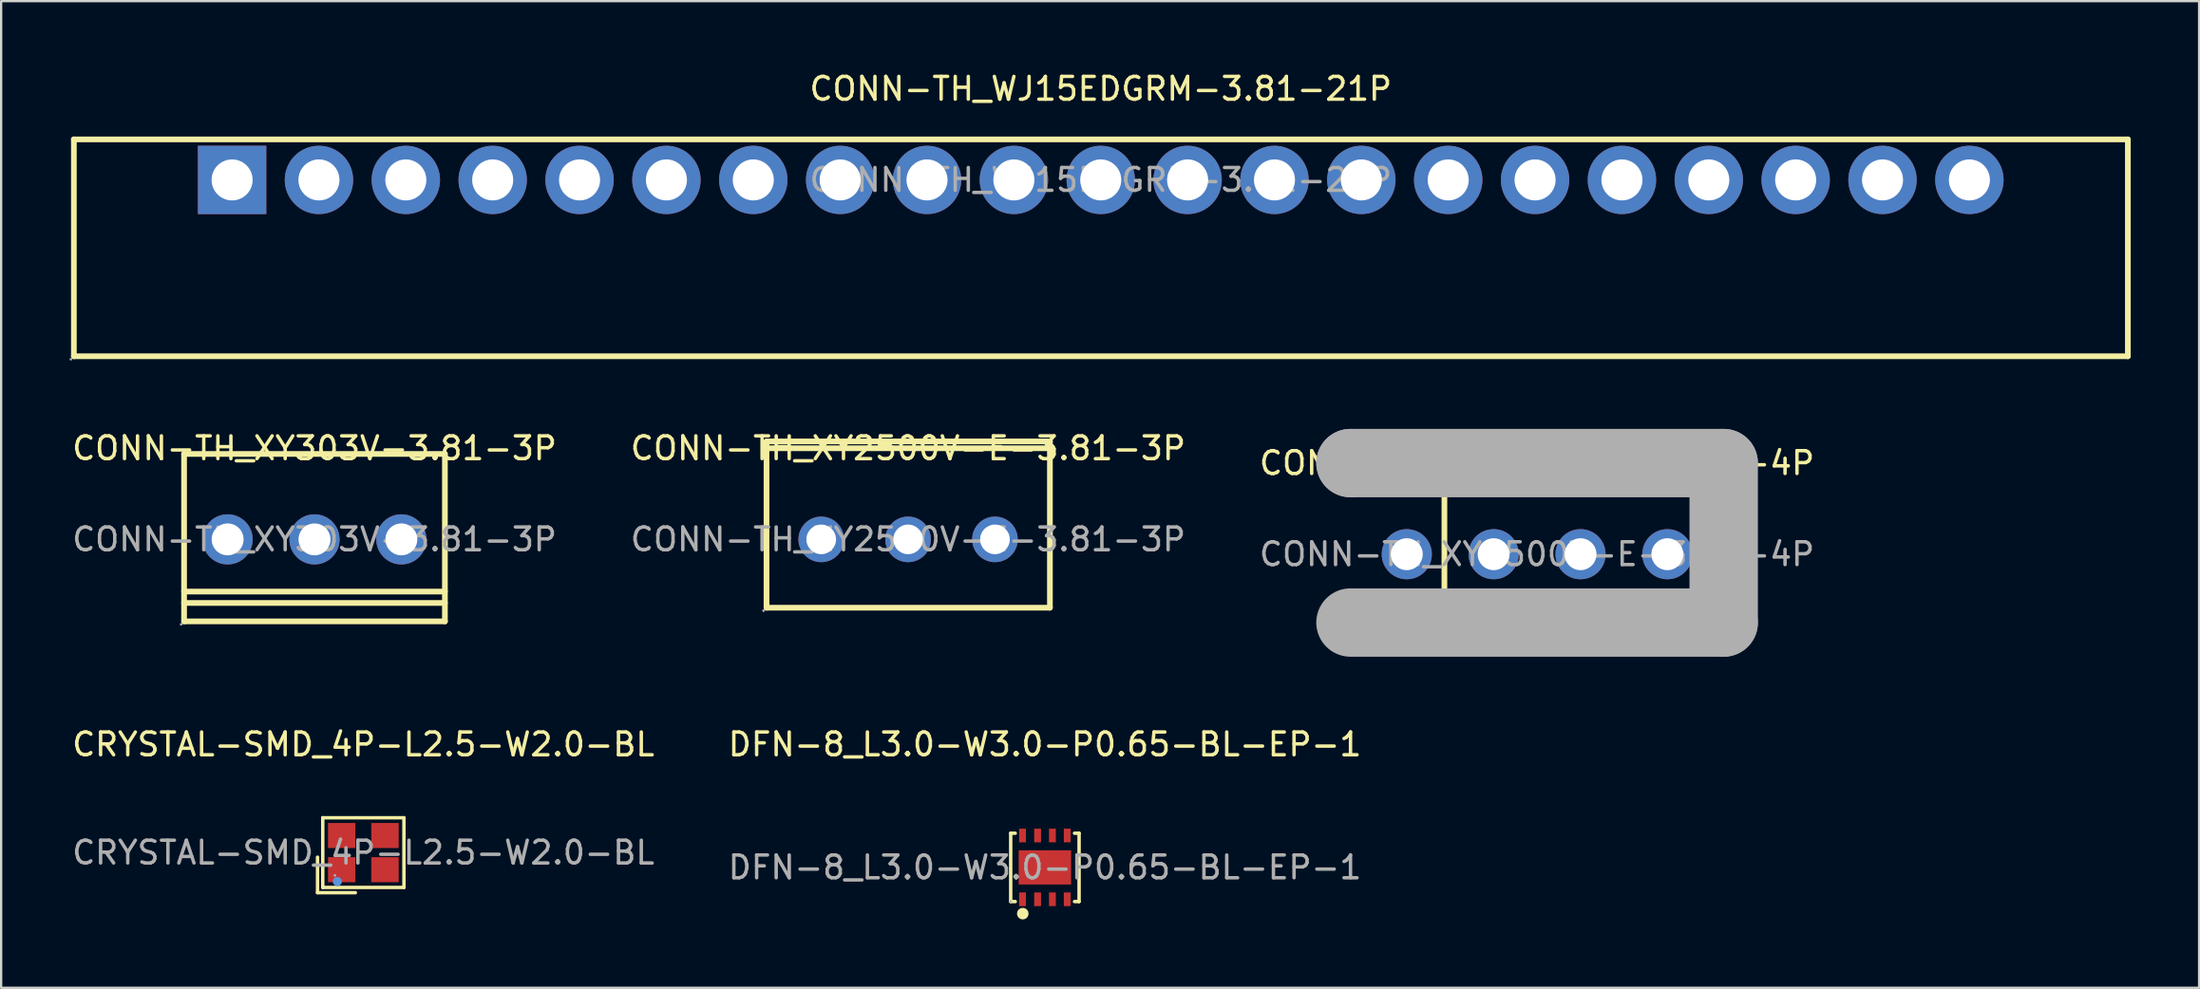
<source format=kicad_pcb>
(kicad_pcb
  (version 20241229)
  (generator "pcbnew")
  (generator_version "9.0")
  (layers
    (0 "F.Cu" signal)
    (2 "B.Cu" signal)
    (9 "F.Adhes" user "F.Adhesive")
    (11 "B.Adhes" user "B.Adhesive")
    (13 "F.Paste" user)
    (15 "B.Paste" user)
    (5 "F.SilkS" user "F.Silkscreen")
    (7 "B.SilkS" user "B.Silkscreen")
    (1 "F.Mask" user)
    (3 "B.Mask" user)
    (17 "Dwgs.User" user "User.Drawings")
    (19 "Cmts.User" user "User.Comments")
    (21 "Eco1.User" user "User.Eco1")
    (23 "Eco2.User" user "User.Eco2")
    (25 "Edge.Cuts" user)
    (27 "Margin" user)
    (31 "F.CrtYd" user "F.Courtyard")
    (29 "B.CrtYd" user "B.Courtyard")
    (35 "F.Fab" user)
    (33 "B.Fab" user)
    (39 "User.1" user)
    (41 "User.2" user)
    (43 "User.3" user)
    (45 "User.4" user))
  (footprint "DFN-8_L3.0-W3.0-P0.65-BL-EP-1"
    (layer "F.Cu")
    (at 42.78 35.026)
    (property "Reference" "DFN-8_L3.0-W3.0-P0.65-BL-EP-1" (at 0 -5.4 0) (layer "F.SilkS") (effects (font (size 1 1) (thickness 0.15))))
    (attr smd)
    (fp_line (start -1.5 -1.5) (end -1.5 1.5) (stroke (width 0.15) (type solid)) (layer "F.SilkS"))
    (fp_line (start -1.5 -1.5) (end -1.3 -1.5) (stroke (width 0.15) (type solid)) (layer "F.SilkS"))
    (fp_line (start -1.5 1.5) (end -1.3 1.5) (stroke (width 0.15) (type solid)) (layer "F.SilkS"))
    (fp_line (start 1.3 -1.5) (end 1.5 -1.5) (stroke (width 0.15) (type solid)) (layer "F.SilkS"))
    (fp_line (start 1.3 1.5) (end 1.5 1.5) (stroke (width 0.15) (type solid)) (layer "F.SilkS"))
    (fp_line (start 1.5 -1.5) (end 1.5 1.5) (stroke (width 0.15) (type solid)) (layer "F.SilkS"))
    (fp_circle (center -0.97 2.03) (end -0.84 2.03) (stroke (width 0.25) (type solid)) (fill no) (layer "F.SilkS"))
    (fp_circle (center -1.5 1.5) (end -1.47 1.5) (stroke (width 0.06) (type solid)) (fill no) (layer "F.Fab"))
    (fp_text user "${REFERENCE}" (at 0 0 0) (layer "F.Fab") (effects (font (size 1 1) (thickness 0.15))))
    (pad "1" smd rect (at -0.98 1.4) (size 0.3 0.6) (layers "F.Cu" "F.Mask" "F.Paste"))
    (pad "2" smd rect (at -0.32 1.4) (size 0.3 0.6) (layers "F.Cu" "F.Mask" "F.Paste"))
    (pad "3" smd rect (at 0.33 1.4) (size 0.3 0.6) (layers "F.Cu" "F.Mask" "F.Paste"))
    (pad "4" smd rect (at 0.98 1.4) (size 0.3 0.6) (layers "F.Cu" "F.Mask" "F.Paste"))
    (pad "5" smd rect (at 0.98 -1.4) (size 0.3 0.6) (layers "F.Cu" "F.Mask" "F.Paste"))
    (pad "6" smd rect (at 0.33 -1.4) (size 0.3 0.6) (layers "F.Cu" "F.Mask" "F.Paste"))
    (pad "7" smd rect (at -0.32 -1.4) (size 0.3 0.6) (layers "F.Cu" "F.Mask" "F.Paste"))
    (pad "8" smd rect (at -0.98 -1.4) (size 0.3 0.6) (layers "F.Cu" "F.Mask" "F.Paste"))
    (pad "9" smd rect (at 0 0) (size 2.3 1.5) (layers "F.Cu" "F.Mask" "F.Paste")))
  (footprint "CONN-TH_XY303V-3.81-3P"
    (layer "F.Cu")
    (at 10.744 20.627)
    (property "Reference" "CONN-TH_XY303V-3.81-3P" (at 0 -4 0) (layer "F.SilkS") (effects (font (size 1 1) (thickness 0.15))))
    (attr smd)
    (fp_line (start -5.72 -3.75) (end -5.72 3.6) (stroke (width 0.25) (type solid)) (layer "F.SilkS"))
    (fp_line (start -5.72 -3.75) (end 5.72 -3.75) (stroke (width 0.25) (type solid)) (layer "F.SilkS"))
    (fp_line (start -5.72 2.29) (end 5.72 2.29) (stroke (width 0.25) (type solid)) (layer "F.SilkS"))
    (fp_line (start -5.72 2.79) (end 5.72 2.79) (stroke (width 0.25) (type solid)) (layer "F.SilkS"))
    (fp_line (start -5.72 3.6) (end 5.72 3.6) (stroke (width 0.25) (type solid)) (layer "F.SilkS"))
    (fp_line (start 5.72 -3.75) (end 5.72 3.6) (stroke (width 0.25) (type solid)) (layer "F.SilkS"))
    (fp_circle (center -5.85 3.73) (end -5.82 3.73) (stroke (width 0.06) (type solid)) (fill no) (layer "F.Fab"))
    (fp_circle (center -3.81 0) (end -3.51 0) (stroke (width 0.6) (type solid)) (fill no) (layer "F.Fab"))
    (fp_circle (center 0 0) (end 0.3 0) (stroke (width 0.6) (type solid)) (fill no) (layer "F.Fab"))
    (fp_circle (center 3.81 0) (end 4.11 0) (stroke (width 0.6) (type solid)) (fill no) (layer "F.Fab"))
    (fp_text user "${REFERENCE}" (at 0 0 0) (layer "F.Fab") (effects (font (size 1 1) (thickness 0.15))))
    (pad "1" thru_hole circle (at -3.81 0) (size 2.2 2.2) (drill 1.4) (layers "*.Cu" "*.Paste" "*.Mask"))
    (pad "2" thru_hole circle (at 0 0) (size 2.2 2.2) (drill 1.4) (layers "*.Cu" "*.Paste" "*.Mask"))
    (pad "3" thru_hole circle (at 3.81 0) (size 2.2 2.2) (drill 1.4) (layers "*.Cu" "*.Paste" "*.Mask")))
  (footprint "CONN-TH_XY2500V-E-3.81-3P"
    (layer "F.Cu")
    (at 36.78 20.627)
    (property "Reference" "CONN-TH_XY2500V-E-3.81-3P" (at 0 -4 0) (layer "F.SilkS") (effects (font (size 1 1) (thickness 0.15))))
    (attr smd)
    (fp_line (start -6.21 -4.3) (end 6.22 -4.3) (stroke (width 0.25) (type solid)) (layer "F.SilkS"))
    (fp_line (start -6.21 -4) (end -6.21 -4.3) (stroke (width 0.25) (type solid)) (layer "F.SilkS"))
    (fp_line (start -6.21 -4) (end -6.21 3) (stroke (width 0.25) (type solid)) (layer "F.SilkS"))
    (fp_line (start -6.21 -4) (end 6.22 -4) (stroke (width 0.25) (type solid)) (layer "F.SilkS"))
    (fp_line (start -6.21 3) (end 6.22 3) (stroke (width 0.25) (type solid)) (layer "F.SilkS"))
    (fp_line (start 6.22 -4.3) (end 6.22 3) (stroke (width 0.25) (type solid)) (layer "F.SilkS"))
    (fp_circle (center -6.34 3.13) (end -6.31 3.13) (stroke (width 0.06) (type solid)) (fill no) (layer "F.Fab"))
    (fp_circle (center -3.81 0) (end -3.53 0) (stroke (width 0.55) (type solid)) (fill no) (layer "F.Fab"))
    (fp_circle (center 0 0) (end 0.28 0) (stroke (width 0.55) (type solid)) (fill no) (layer "F.Fab"))
    (fp_circle (center 3.81 0) (end 4.09 0) (stroke (width 0.55) (type solid)) (fill no) (layer "F.Fab"))
    (fp_text user "${REFERENCE}" (at 0 0 0) (layer "F.Fab") (effects (font (size 1 1) (thickness 0.15))))
    (pad "1" thru_hole circle (at -3.81 0) (size 2 2) (drill 1.3) (layers "*.Cu" "*.Paste" "*.Mask"))
    (pad "2" thru_hole circle (at 0 0) (size 2 2) (drill 1.3) (layers "*.Cu" "*.Paste" "*.Mask"))
    (pad "3" thru_hole circle (at 3.81 0) (size 2 2) (drill 1.3) (layers "*.Cu" "*.Paste" "*.Mask")))
  (footprint "CONN-TH_XY2500V-E-3.81-4P"
    (layer "F.Cu")
    (at 64.363 21.278)
    (property "Reference" "CONN-TH_XY2500V-E-3.81-4P" (at 0 -4 0) (layer "F.SilkS") (effects (font (size 1 1) (thickness 0.15))))
    (attr smd)
    (fp_line (start -4.06 -3.94) (end -4.06 2.92) (stroke (width 0.25) (type solid)) (layer "F.SilkS"))
    (fp_line (start -8.18 -4) (end -8.18 -4) (stroke (width 3) (type solid)) (layer "F.Fab"))
    (fp_line (start -8.18 -4) (end 8.19 -4) (stroke (width 3) (type solid)) (layer "F.Fab"))
    (fp_line (start 8.19 -4) (end 8.19 3) (stroke (width 3) (type solid)) (layer "F.Fab"))
    (fp_line (start 8.19 3) (end -8.18 3) (stroke (width 3) (type solid)) (layer "F.Fab"))
    (fp_circle (center -8.31 3.13) (end -8.28 3.13) (stroke (width 0.06) (type solid)) (fill no) (layer "F.Fab"))
    (fp_circle (center -5.71 0) (end -5.41 0) (stroke (width 0.6) (type solid)) (fill no) (layer "F.Fab"))
    (fp_circle (center -1.9 0) (end -1.6 0) (stroke (width 0.6) (type solid)) (fill no) (layer "F.Fab"))
    (fp_circle (center 1.91 0) (end 2.21 0) (stroke (width 0.6) (type solid)) (fill no) (layer "F.Fab"))
    (fp_circle (center 5.72 0) (end 6.02 0) (stroke (width 0.6) (type solid)) (fill no) (layer "F.Fab"))
    (fp_text user "${REFERENCE}" (at 0 0 0) (layer "F.Fab") (effects (font (size 1 1) (thickness 0.15))))
    (pad "1" thru_hole circle (at -5.71 0) (size 2.2 2.2) (drill 1.4) (layers "*.Cu" "*.Paste" "*.Mask"))
    (pad "2" thru_hole circle (at -1.9 0) (size 2.2 2.2) (drill 1.4) (layers "*.Cu" "*.Paste" "*.Mask"))
    (pad "3" thru_hole circle (at 1.91 0) (size 2.2 2.2) (drill 1.4) (layers "*.Cu" "*.Paste" "*.Mask"))
    (pad "4" thru_hole circle (at 5.72 0) (size 2.2 2.2) (drill 1.4) (layers "*.Cu" "*.Paste" "*.Mask")))
  (footprint "CRYSTAL-SMD_4P-L2.5-W2.0-BL"
    (layer "F.Cu")
    (at 12.887 34.377)
    (property "Reference" "CRYSTAL-SMD_4P-L2.5-W2.0-BL" (at 0 -4.75 0) (layer "F.SilkS") (effects (font (size 1 1) (thickness 0.15))))
    (attr smd)
    (fp_line (start -2.01 0.2) (end -2.01 1.76) (stroke (width 0.15) (type solid)) (layer "F.SilkS"))
    (fp_line (start -2.01 1.76) (end -0.35 1.76) (stroke (width 0.15) (type solid)) (layer "F.SilkS"))
    (fp_line (start -1.78 -1.53) (end 1.78 -1.53) (stroke (width 0.15) (type solid)) (layer "F.SilkS"))
    (fp_line (start -1.78 1.53) (end -1.78 -1.53) (stroke (width 0.15) (type solid)) (layer "F.SilkS"))
    (fp_line (start 1.78 -1.53) (end 1.78 1.53) (stroke (width 0.15) (type solid)) (layer "F.SilkS"))
    (fp_line (start 1.78 1.53) (end -1.78 1.53) (stroke (width 0.15) (type solid)) (layer "F.SilkS"))
    (fp_circle (center -1.14 1.27) (end -1.04 1.27) (stroke (width 0.2) (type solid)) (fill no) (layer "Cmts.User"))
    (fp_circle (center -1.25 1) (end -1.22 1) (stroke (width 0.06) (type solid)) (fill no) (layer "F.Fab"))
    (fp_text user "${REFERENCE}" (at 0 0 0) (layer "F.Fab") (effects (font (size 1 1) (thickness 0.15))))
    (pad "1" smd rect (at -0.95 0.75) (size 1.2 1.1) (layers "F.Cu" "F.Mask" "F.Paste"))
    (pad "2" smd rect (at 0.95 0.75) (size 1.2 1.1) (layers "F.Cu" "F.Mask" "F.Paste"))
    (pad "3" smd rect (at 0.95 -0.75) (size 1.2 1.1) (layers "F.Cu" "F.Mask" "F.Paste"))
    (pad "4" smd rect (at -0.95 -0.75) (size 1.2 1.1) (layers "F.Cu" "F.Mask" "F.Paste")))
  (footprint "CONN-TH_WJ15EDGRM-3.81-21P"
    (layer "F.Cu")
    (at 45.23 4.848)
    (property "Reference" "CONN-TH_WJ15EDGRM-3.81-21P" (at 0 -4 0) (layer "F.SilkS") (effects (font (size 1 1) (thickness 0.15))))
    (attr through_hole)
    (fp_line (start -45.04 -1.78) (end -45.04 7.74) (stroke (width 0.25) (type solid)) (layer "F.SilkS"))
    (fp_line (start 45.05 -1.78) (end -45.04 -1.78) (stroke (width 0.25) (type solid)) (layer "F.SilkS"))
    (fp_line (start 45.05 -1.78) (end 45.05 7.74) (stroke (width 0.25) (type solid)) (layer "F.SilkS"))
    (fp_line (start 45.05 7.74) (end -45.04 7.74) (stroke (width 0.25) (type solid)) (layer "F.SilkS"))
    (fp_circle (center -45.17 7.87) (end -45.14 7.87) (stroke (width 0.06) (type solid)) (fill no) (layer "F.Fab"))
    (fp_circle (center -38.1 0) (end -37.7 0) (stroke (width 0.8) (type solid)) (fill no) (layer "F.Fab"))
    (fp_circle (center -34.29 0) (end -33.89 0) (stroke (width 0.8) (type solid)) (fill no) (layer "F.Fab"))
    (fp_circle (center -30.48 0) (end -30.08 0) (stroke (width 0.8) (type solid)) (fill no) (layer "F.Fab"))
    (fp_circle (center -26.67 0) (end -26.27 0) (stroke (width 0.8) (type solid)) (fill no) (layer "F.Fab"))
    (fp_circle (center -22.86 0) (end -22.46 0) (stroke (width 0.8) (type solid)) (fill no) (layer "F.Fab"))
    (fp_circle (center -19.05 0) (end -18.65 0) (stroke (width 0.8) (type solid)) (fill no) (layer "F.Fab"))
    (fp_circle (center -15.24 0) (end -14.84 0) (stroke (width 0.8) (type solid)) (fill no) (layer "F.Fab"))
    (fp_circle (center -11.43 0) (end -11.03 0) (stroke (width 0.8) (type solid)) (fill no) (layer "F.Fab"))
    (fp_circle (center -7.62 0) (end -7.22 0) (stroke (width 0.8) (type solid)) (fill no) (layer "F.Fab"))
    (fp_circle (center -3.81 0) (end -3.41 0) (stroke (width 0.8) (type solid)) (fill no) (layer "F.Fab"))
    (fp_circle (center 0 0) (end 0.4 0) (stroke (width 0.8) (type solid)) (fill no) (layer "F.Fab"))
    (fp_circle (center 3.81 0) (end 4.21 0) (stroke (width 0.8) (type solid)) (fill no) (layer "F.Fab"))
    (fp_circle (center 7.62 0) (end 8.02 0) (stroke (width 0.8) (type solid)) (fill no) (layer "F.Fab"))
    (fp_circle (center 11.43 0) (end 11.83 0) (stroke (width 0.8) (type solid)) (fill no) (layer "F.Fab"))
    (fp_circle (center 15.24 0) (end 15.64 0) (stroke (width 0.8) (type solid)) (fill no) (layer "F.Fab"))
    (fp_circle (center 19.05 0) (end 19.45 0) (stroke (width 0.8) (type solid)) (fill no) (layer "F.Fab"))
    (fp_circle (center 22.86 0) (end 23.26 0) (stroke (width 0.8) (type solid)) (fill no) (layer "F.Fab"))
    (fp_circle (center 26.67 0) (end 27.07 0) (stroke (width 0.8) (type solid)) (fill no) (layer "F.Fab"))
    (fp_circle (center 30.48 0) (end 30.88 0) (stroke (width 0.8) (type solid)) (fill no) (layer "F.Fab"))
    (fp_circle (center 34.29 0) (end 34.69 0) (stroke (width 0.8) (type solid)) (fill no) (layer "F.Fab"))
    (fp_circle (center 38.1 0) (end 38.5 0) (stroke (width 0.8) (type solid)) (fill no) (layer "F.Fab"))
    (fp_text user "${REFERENCE}" (at 0 0 0) (layer "F.Fab") (effects (font (size 1 1) (thickness 0.15))))
    (pad "1" thru_hole rect (at -38.1 0) (size 3 3) (drill 1.8) (layers "*.Cu" "*.Mask"))
    (pad "2" thru_hole circle (at -34.29 0) (size 3 3) (drill 1.8) (layers "*.Cu" "*.Mask"))
    (pad "3" thru_hole circle (at -30.48 0) (size 3 3) (drill 1.8) (layers "*.Cu" "*.Mask"))
    (pad "4" thru_hole circle (at -26.67 0) (size 3 3) (drill 1.8) (layers "*.Cu" "*.Mask"))
    (pad "5" thru_hole circle (at -22.86 0) (size 3 3) (drill 1.8) (layers "*.Cu" "*.Mask"))
    (pad "6" thru_hole circle (at -19.05 0) (size 3 3) (drill 1.8) (layers "*.Cu" "*.Mask"))
    (pad "7" thru_hole circle (at -15.24 0) (size 3 3) (drill 1.8) (layers "*.Cu" "*.Mask"))
    (pad "8" thru_hole circle (at -11.43 0) (size 3 3) (drill 1.8) (layers "*.Cu" "*.Mask"))
    (pad "9" thru_hole circle (at -7.62 0) (size 3 3) (drill 1.8) (layers "*.Cu" "*.Mask"))
    (pad "10" thru_hole circle (at -3.81 0) (size 3 3) (drill 1.8) (layers "*.Cu" "*.Mask"))
    (pad "11" thru_hole circle (at 0 0) (size 3 3) (drill 1.8) (layers "*.Cu" "*.Mask"))
    (pad "12" thru_hole circle (at 3.81 0) (size 3 3) (drill 1.8) (layers "*.Cu" "*.Mask"))
    (pad "13" thru_hole circle (at 7.62 0) (size 3 3) (drill 1.8) (layers "*.Cu" "*.Mask"))
    (pad "14" thru_hole circle (at 11.43 0) (size 3 3) (drill 1.8) (layers "*.Cu" "*.Mask"))
    (pad "15" thru_hole circle (at 15.24 0) (size 3 3) (drill 1.8) (layers "*.Cu" "*.Mask"))
    (pad "16" thru_hole circle (at 19.05 0) (size 3 3) (drill 1.8) (layers "*.Cu" "*.Mask"))
    (pad "17" thru_hole circle (at 22.86 0) (size 3 3) (drill 1.8) (layers "*.Cu" "*.Mask"))
    (pad "18" thru_hole circle (at 26.67 0) (size 3 3) (drill 1.8) (layers "*.Cu" "*.Mask"))
    (pad "19" thru_hole circle (at 30.48 0) (size 3 3) (drill 1.8) (layers "*.Cu" "*.Mask"))
    (pad "20" thru_hole circle (at 34.29 0) (size 3 3) (drill 1.8) (layers "*.Cu" "*.Mask"))
    (pad "21" thru_hole circle (at 38.1 0) (size 3 3) (drill 1.8) (layers "*.Cu" "*.Mask")))
  (gr_rect
    (start -3 -3)
    (end 93.405 40.312)
    (stroke (width 0.1) (type default))
    (fill no)
    (layer "Edge.Cuts")))
</source>
